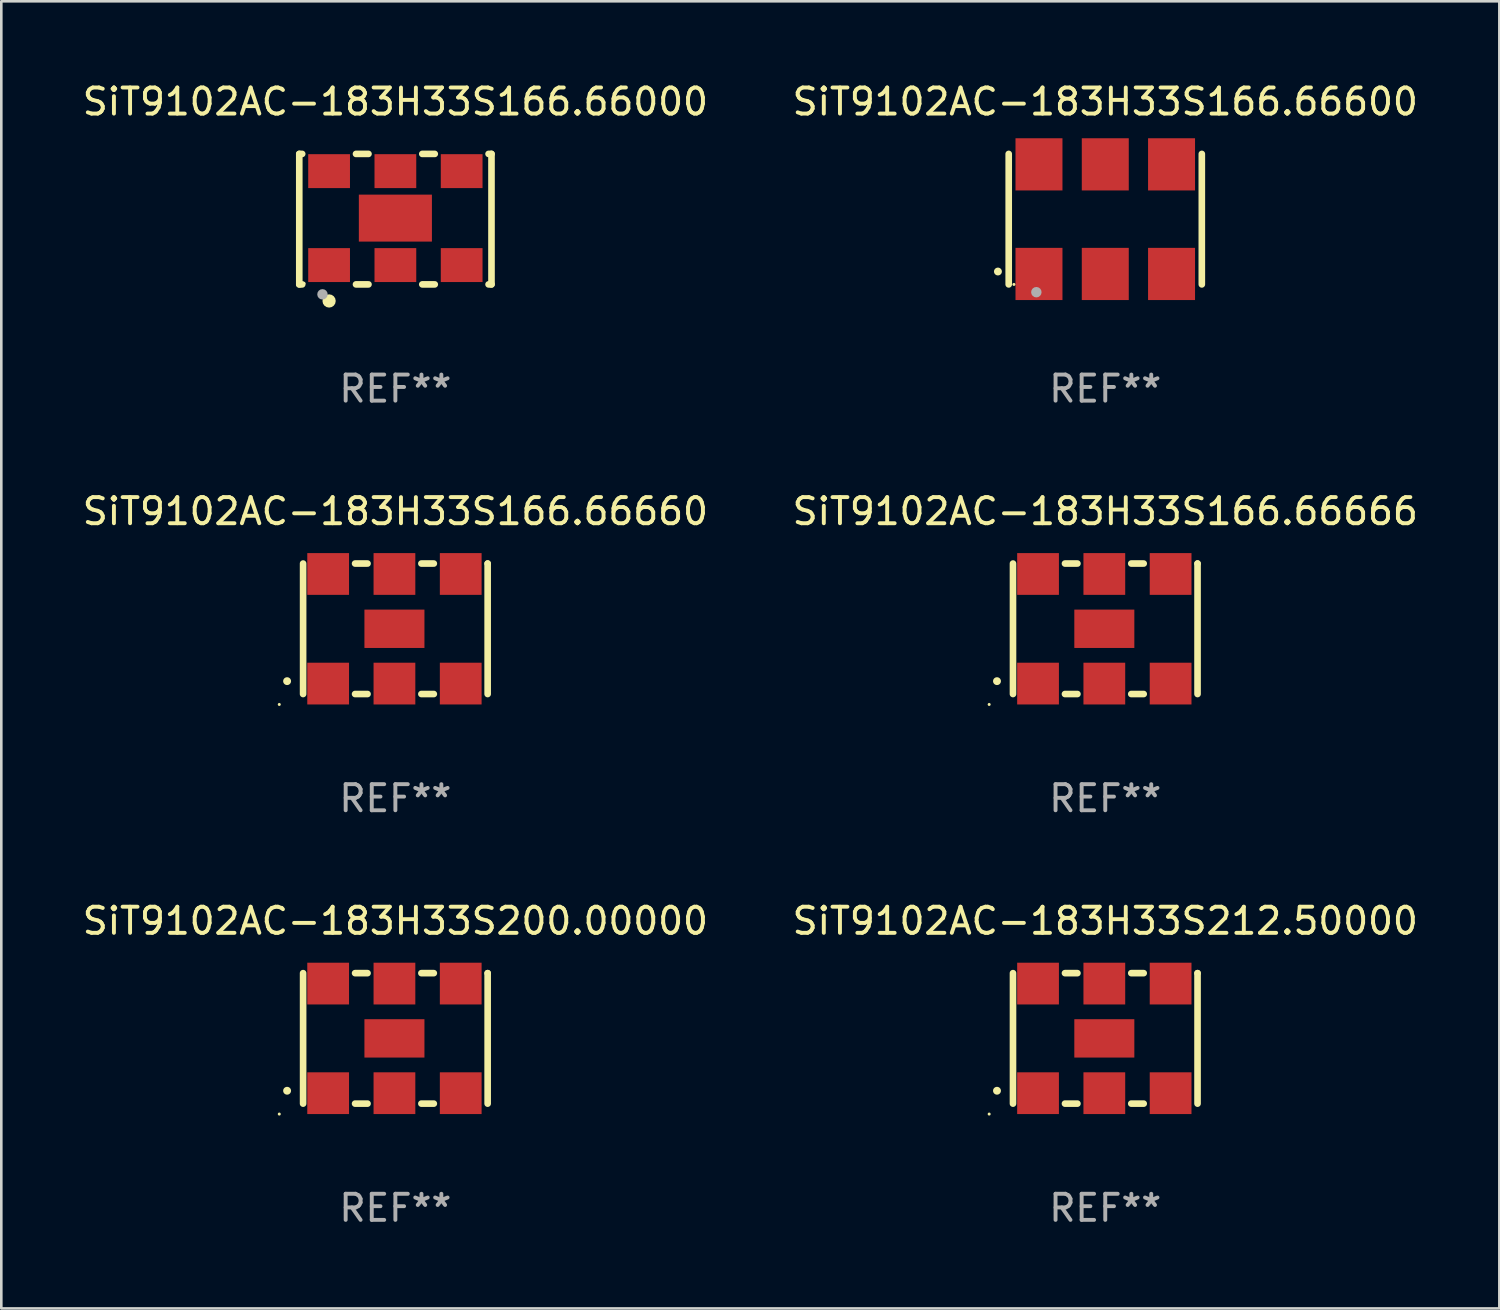
<source format=kicad_pcb>
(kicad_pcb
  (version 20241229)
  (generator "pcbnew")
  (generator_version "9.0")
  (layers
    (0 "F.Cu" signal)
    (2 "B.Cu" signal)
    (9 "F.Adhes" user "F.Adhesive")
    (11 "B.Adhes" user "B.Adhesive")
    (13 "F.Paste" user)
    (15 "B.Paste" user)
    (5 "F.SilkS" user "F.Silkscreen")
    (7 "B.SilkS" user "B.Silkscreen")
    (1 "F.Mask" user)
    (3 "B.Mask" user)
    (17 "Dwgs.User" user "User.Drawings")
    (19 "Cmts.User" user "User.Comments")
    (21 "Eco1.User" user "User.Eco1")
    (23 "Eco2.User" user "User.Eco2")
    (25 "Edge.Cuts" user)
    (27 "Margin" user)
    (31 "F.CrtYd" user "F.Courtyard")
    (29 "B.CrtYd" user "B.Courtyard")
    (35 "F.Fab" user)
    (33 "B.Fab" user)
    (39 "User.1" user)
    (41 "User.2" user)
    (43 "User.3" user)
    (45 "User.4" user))
  (footprint "SiT9102AC-183H33S166.66000"
    (layer "F.Cu")
    (at 12.101 5.348)
    (property "Reference" "SiT9102AC-183H33S166.66000" (at 0 -4.5 0) (layer "F.SilkS") (effects (font (size 1 1) (thickness 0.15))))
    (attr through_hole)
    (fp_line (start -3.683 -2.5) (end -3.571 -2.5) (stroke (width 0.254) (type solid)) (layer "F.SilkS"))
    (fp_line (start -3.683 2.5) (end -3.683 -2.5) (stroke (width 0.254) (type solid)) (layer "F.SilkS"))
    (fp_line (start -3.683 2.5) (end -3.571 2.5) (stroke (width 0.254) (type solid)) (layer "F.SilkS"))
    (fp_line (start -1.509 -2.5) (end -1.031 -2.5) (stroke (width 0.254) (type solid)) (layer "F.SilkS"))
    (fp_line (start -1.509 2.5) (end -1.031 2.5) (stroke (width 0.254) (type solid)) (layer "F.SilkS"))
    (fp_line (start 1.031 -2.5) (end 1.509 -2.5) (stroke (width 0.254) (type solid)) (layer "F.SilkS"))
    (fp_line (start 1.031 2.5) (end 1.509 2.5) (stroke (width 0.254) (type solid)) (layer "F.SilkS"))
    (fp_line (start 3.571 -2.5) (end 3.683 -2.5) (stroke (width 0.254) (type solid)) (layer "F.SilkS"))
    (fp_line (start 3.571 2.5) (end 3.683 2.5) (stroke (width 0.254) (type solid)) (layer "F.SilkS"))
    (fp_line (start 3.683 2.5) (end 3.683 -2.5) (stroke (width 0.254) (type solid)) (layer "F.SilkS"))
    (fp_circle (center -3.5 2.46) (end -3.47 2.46) (stroke (width 0.06) (type solid)) (fill no) (layer "F.SilkS"))
    (fp_circle (center -2.54 3.135) (end -2.413 3.135) (stroke (width 0.254) (type solid)) (fill no) (layer "F.SilkS"))
    (fp_circle (center -2.794 2.881) (end -2.694 2.881) (stroke (width 0.2) (type solid)) (fill no) (layer "F.Fab"))
    (fp_text user "REF**" (at 0 6.5 0) (layer "F.Fab") (effects (font (size 1 1) (thickness 0.15))))
    (pad "1" smd rect (at -2.54 1.76) (size 1.6 1.3) (layers "F.Cu" "F.Mask" "F.Paste"))
    (pad "2" smd rect (at 0 1.76) (size 1.6 1.3) (layers "F.Cu" "F.Mask" "F.Paste"))
    (pad "3" smd rect (at 2.54 1.76) (size 1.6 1.3) (layers "F.Cu" "F.Mask" "F.Paste"))
    (pad "4" smd rect (at 2.54 -1.84) (size 1.6 1.3) (layers "F.Cu" "F.Mask" "F.Paste"))
    (pad "5" smd rect (at 0 -1.84) (size 1.6 1.3) (layers "F.Cu" "F.Mask" "F.Paste"))
    (pad "6" smd rect (at -2.54 -1.84) (size 1.6 1.3) (layers "F.Cu" "F.Mask" "F.Paste"))
    (pad "7" smd rect (at 0 -0.04) (size 2.8 1.8) (layers "F.Cu" "F.Mask" "F.Paste")))
  (footprint "SiT9102AC-183H33S166.66660"
    (layer "F.Cu")
    (at 12.101 21.045)
    (property "Reference" "SiT9102AC-183H33S166.66660" (at 0 -4.5 0) (layer "F.SilkS") (effects (font (size 1 1) (thickness 0.15))))
    (attr through_hole)
    (fp_line (start -3.536 -2.5) (end -3.536 2.5) (stroke (width 0.254) (type solid)) (layer "F.SilkS"))
    (fp_line (start -1.544 2.5) (end -1.067 2.5) (stroke (width 0.254) (type solid)) (layer "F.SilkS"))
    (fp_line (start -1.067 -2.5) (end -1.544 -2.5) (stroke (width 0.254) (type solid)) (layer "F.SilkS"))
    (fp_line (start 0.996 2.5) (end 1.473 2.5) (stroke (width 0.254) (type solid)) (layer "F.SilkS"))
    (fp_line (start 1.473 -2.5) (end 0.996 -2.5) (stroke (width 0.254) (type solid)) (layer "F.SilkS"))
    (fp_line (start 3.536 -2.5) (end 3.536 -2.5) (stroke (width 0.254) (type solid)) (layer "F.SilkS"))
    (fp_line (start 3.536 2.5) (end 3.536 -2.5) (stroke (width 0.254) (type solid)) (layer "F.SilkS"))
    (fp_arc (start -4.150432 2.006604) (mid -4.149162 2.006599) (end -4.147892 2.006604) (stroke (width 0.3) (type solid)) (layer "F.SilkS"))
    (fp_circle (center -4.449 2.9) (end -4.419 2.9) (stroke (width 0.06) (type solid)) (fill no) (layer "F.SilkS"))
    (fp_text user "REF**" (at 0 6.5 0) (layer "F.Fab") (effects (font (size 1 1) (thickness 0.15))))
    (pad "1" smd rect (at -2.576 2.1) (size 1.6 1.6) (layers "F.Cu" "F.Mask" "F.Paste"))
    (pad "2" smd rect (at -0.036 2.1) (size 1.6 1.6) (layers "F.Cu" "F.Mask" "F.Paste"))
    (pad "3" smd rect (at 2.504 2.1) (size 1.6 1.6) (layers "F.Cu" "F.Mask" "F.Paste"))
    (pad "4" smd rect (at 2.504 -2.1) (size 1.6 1.6) (layers "F.Cu" "F.Mask" "F.Paste"))
    (pad "5" smd rect (at -0.036 -2.1) (size 1.6 1.6) (layers "F.Cu" "F.Mask" "F.Paste"))
    (pad "6" smd rect (at -2.576 -2.1) (size 1.6 1.6) (layers "F.Cu" "F.Mask" "F.Paste"))
    (pad "7" smd rect (at -0.036 0) (size 2.3 1.47) (layers "F.Cu" "F.Mask" "F.Paste")))
  (footprint "SiT9102AC-183H33S166.66600"
    (layer "F.Cu")
    (at 39.304 5.348)
    (property "Reference" "SiT9102AC-183H33S166.66600" (at 0 -4.5 0) (layer "F.SilkS") (effects (font (size 1 1) (thickness 0.15))))
    (attr through_hole)
    (fp_line (start -3.7 -2.5) (end -3.7 2.5) (stroke (width 0.254) (type solid)) (layer "F.SilkS"))
    (fp_line (start 3.7 -2.5) (end 3.7 2.5) (stroke (width 0.254) (type solid)) (layer "F.SilkS"))
    (fp_arc (start -4.114415 2.006604) (mid -4.113145 2.006599) (end -4.111875 2.006604) (stroke (width 0.3) (type solid)) (layer "F.SilkS"))
    (fp_circle (center -3.5 2.501) (end -3.47 2.501) (stroke (width 0.06) (type solid)) (fill no) (layer "F.SilkS"))
    (fp_circle (center -2.641 2.799) (end -2.541 2.799) (stroke (width 0.2) (type solid)) (fill no) (layer "F.Fab"))
    (fp_text user "REF**" (at 0 6.5 0) (layer "F.Fab") (effects (font (size 1 1) (thickness 0.15))))
    (pad "1" smd rect (at -2.54 2.1) (size 1.8 2) (layers "F.Cu" "F.Mask" "F.Paste"))
    (pad "2" smd rect (at 0.000394 2.1) (size 1.8 2) (layers "F.Cu" "F.Mask" "F.Paste"))
    (pad "3" smd rect (at 2.54 2.1) (size 1.8 2) (layers "F.Cu" "F.Mask" "F.Paste"))
    (pad "4" smd rect (at 2.54 -2.1) (size 1.8 2) (layers "F.Cu" "F.Mask" "F.Paste"))
    (pad "5" smd rect (at 0.000394 -2.1) (size 1.8 2) (layers "F.Cu" "F.Mask" "F.Paste"))
    (pad "6" smd rect (at -2.54 -2.1) (size 1.8 2) (layers "F.Cu" "F.Mask" "F.Paste")))
  (footprint "SiT9102AC-183H33S212.50000"
    (layer "F.Cu")
    (at 39.304 36.741)
    (property "Reference" "SiT9102AC-183H33S212.50000" (at 0 -4.5 0) (layer "F.SilkS") (effects (font (size 1 1) (thickness 0.15))))
    (attr through_hole)
    (fp_line (start -3.536 -2.5) (end -3.536 2.5) (stroke (width 0.254) (type solid)) (layer "F.SilkS"))
    (fp_line (start -1.544 2.5) (end -1.067 2.5) (stroke (width 0.254) (type solid)) (layer "F.SilkS"))
    (fp_line (start -1.067 -2.5) (end -1.544 -2.5) (stroke (width 0.254) (type solid)) (layer "F.SilkS"))
    (fp_line (start 0.996 2.5) (end 1.473 2.5) (stroke (width 0.254) (type solid)) (layer "F.SilkS"))
    (fp_line (start 1.473 -2.5) (end 0.996 -2.5) (stroke (width 0.254) (type solid)) (layer "F.SilkS"))
    (fp_line (start 3.536 -2.5) (end 3.536 -2.5) (stroke (width 0.254) (type solid)) (layer "F.SilkS"))
    (fp_line (start 3.536 2.5) (end 3.536 -2.5) (stroke (width 0.254) (type solid)) (layer "F.SilkS"))
    (fp_arc (start -4.150432 2.006604) (mid -4.149162 2.006599) (end -4.147892 2.006604) (stroke (width 0.3) (type solid)) (layer "F.SilkS"))
    (fp_circle (center -4.449 2.9) (end -4.419 2.9) (stroke (width 0.06) (type solid)) (fill no) (layer "F.SilkS"))
    (fp_text user "REF**" (at 0 6.5 0) (layer "F.Fab") (effects (font (size 1 1) (thickness 0.15))))
    (pad "1" smd rect (at -2.576 2.1) (size 1.6 1.6) (layers "F.Cu" "F.Mask" "F.Paste"))
    (pad "2" smd rect (at -0.036 2.1) (size 1.6 1.6) (layers "F.Cu" "F.Mask" "F.Paste"))
    (pad "3" smd rect (at 2.504 2.1) (size 1.6 1.6) (layers "F.Cu" "F.Mask" "F.Paste"))
    (pad "4" smd rect (at 2.504 -2.1) (size 1.6 1.6) (layers "F.Cu" "F.Mask" "F.Paste"))
    (pad "5" smd rect (at -0.036 -2.1) (size 1.6 1.6) (layers "F.Cu" "F.Mask" "F.Paste"))
    (pad "6" smd rect (at -2.576 -2.1) (size 1.6 1.6) (layers "F.Cu" "F.Mask" "F.Paste"))
    (pad "7" smd rect (at -0.036 0) (size 2.3 1.47) (layers "F.Cu" "F.Mask" "F.Paste")))
  (footprint "SiT9102AC-183H33S200.00000"
    (layer "F.Cu")
    (at 12.101 36.741)
    (property "Reference" "SiT9102AC-183H33S200.00000" (at 0 -4.5 0) (layer "F.SilkS") (effects (font (size 1 1) (thickness 0.15))))
    (attr through_hole)
    (fp_line (start -3.536 -2.5) (end -3.536 2.5) (stroke (width 0.254) (type solid)) (layer "F.SilkS"))
    (fp_line (start -1.544 2.5) (end -1.067 2.5) (stroke (width 0.254) (type solid)) (layer "F.SilkS"))
    (fp_line (start -1.067 -2.5) (end -1.544 -2.5) (stroke (width 0.254) (type solid)) (layer "F.SilkS"))
    (fp_line (start 0.996 2.5) (end 1.473 2.5) (stroke (width 0.254) (type solid)) (layer "F.SilkS"))
    (fp_line (start 1.473 -2.5) (end 0.996 -2.5) (stroke (width 0.254) (type solid)) (layer "F.SilkS"))
    (fp_line (start 3.536 -2.5) (end 3.536 -2.5) (stroke (width 0.254) (type solid)) (layer "F.SilkS"))
    (fp_line (start 3.536 2.5) (end 3.536 -2.5) (stroke (width 0.254) (type solid)) (layer "F.SilkS"))
    (fp_arc (start -4.150432 2.006604) (mid -4.149162 2.006599) (end -4.147892 2.006604) (stroke (width 0.3) (type solid)) (layer "F.SilkS"))
    (fp_circle (center -4.449 2.9) (end -4.419 2.9) (stroke (width 0.06) (type solid)) (fill no) (layer "F.SilkS"))
    (fp_text user "REF**" (at 0 6.5 0) (layer "F.Fab") (effects (font (size 1 1) (thickness 0.15))))
    (pad "1" smd rect (at -2.576 2.1) (size 1.6 1.6) (layers "F.Cu" "F.Mask" "F.Paste"))
    (pad "2" smd rect (at -0.036 2.1) (size 1.6 1.6) (layers "F.Cu" "F.Mask" "F.Paste"))
    (pad "3" smd rect (at 2.504 2.1) (size 1.6 1.6) (layers "F.Cu" "F.Mask" "F.Paste"))
    (pad "4" smd rect (at 2.504 -2.1) (size 1.6 1.6) (layers "F.Cu" "F.Mask" "F.Paste"))
    (pad "5" smd rect (at -0.036 -2.1) (size 1.6 1.6) (layers "F.Cu" "F.Mask" "F.Paste"))
    (pad "6" smd rect (at -2.576 -2.1) (size 1.6 1.6) (layers "F.Cu" "F.Mask" "F.Paste"))
    (pad "7" smd rect (at -0.036 0) (size 2.3 1.47) (layers "F.Cu" "F.Mask" "F.Paste")))
  (footprint "SiT9102AC-183H33S166.66666"
    (layer "F.Cu")
    (at 39.304 21.045)
    (property "Reference" "SiT9102AC-183H33S166.66666" (at 0 -4.5 0) (layer "F.SilkS") (effects (font (size 1 1) (thickness 0.15))))
    (attr through_hole)
    (fp_line (start -3.536 -2.5) (end -3.536 2.5) (stroke (width 0.254) (type solid)) (layer "F.SilkS"))
    (fp_line (start -1.544 2.5) (end -1.067 2.5) (stroke (width 0.254) (type solid)) (layer "F.SilkS"))
    (fp_line (start -1.067 -2.5) (end -1.544 -2.5) (stroke (width 0.254) (type solid)) (layer "F.SilkS"))
    (fp_line (start 0.996 2.5) (end 1.473 2.5) (stroke (width 0.254) (type solid)) (layer "F.SilkS"))
    (fp_line (start 1.473 -2.5) (end 0.996 -2.5) (stroke (width 0.254) (type solid)) (layer "F.SilkS"))
    (fp_line (start 3.536 -2.5) (end 3.536 -2.5) (stroke (width 0.254) (type solid)) (layer "F.SilkS"))
    (fp_line (start 3.536 2.5) (end 3.536 -2.5) (stroke (width 0.254) (type solid)) (layer "F.SilkS"))
    (fp_arc (start -4.150432 2.006604) (mid -4.149162 2.006599) (end -4.147892 2.006604) (stroke (width 0.3) (type solid)) (layer "F.SilkS"))
    (fp_circle (center -4.449 2.9) (end -4.419 2.9) (stroke (width 0.06) (type solid)) (fill no) (layer "F.SilkS"))
    (fp_text user "REF**" (at 0 6.5 0) (layer "F.Fab") (effects (font (size 1 1) (thickness 0.15))))
    (pad "1" smd rect (at -2.576 2.1) (size 1.6 1.6) (layers "F.Cu" "F.Mask" "F.Paste"))
    (pad "2" smd rect (at -0.036 2.1) (size 1.6 1.6) (layers "F.Cu" "F.Mask" "F.Paste"))
    (pad "3" smd rect (at 2.504 2.1) (size 1.6 1.6) (layers "F.Cu" "F.Mask" "F.Paste"))
    (pad "4" smd rect (at 2.504 -2.1) (size 1.6 1.6) (layers "F.Cu" "F.Mask" "F.Paste"))
    (pad "5" smd rect (at -0.036 -2.1) (size 1.6 1.6) (layers "F.Cu" "F.Mask" "F.Paste"))
    (pad "6" smd rect (at -2.576 -2.1) (size 1.6 1.6) (layers "F.Cu" "F.Mask" "F.Paste"))
    (pad "7" smd rect (at -0.036 0) (size 2.3 1.47) (layers "F.Cu" "F.Mask" "F.Paste")))
  (gr_rect
    (start -3 -3)
    (end 54.405 47.09)
    (stroke (width 0.1) (type default))
    (fill no)
    (layer "Edge.Cuts")))
</source>
